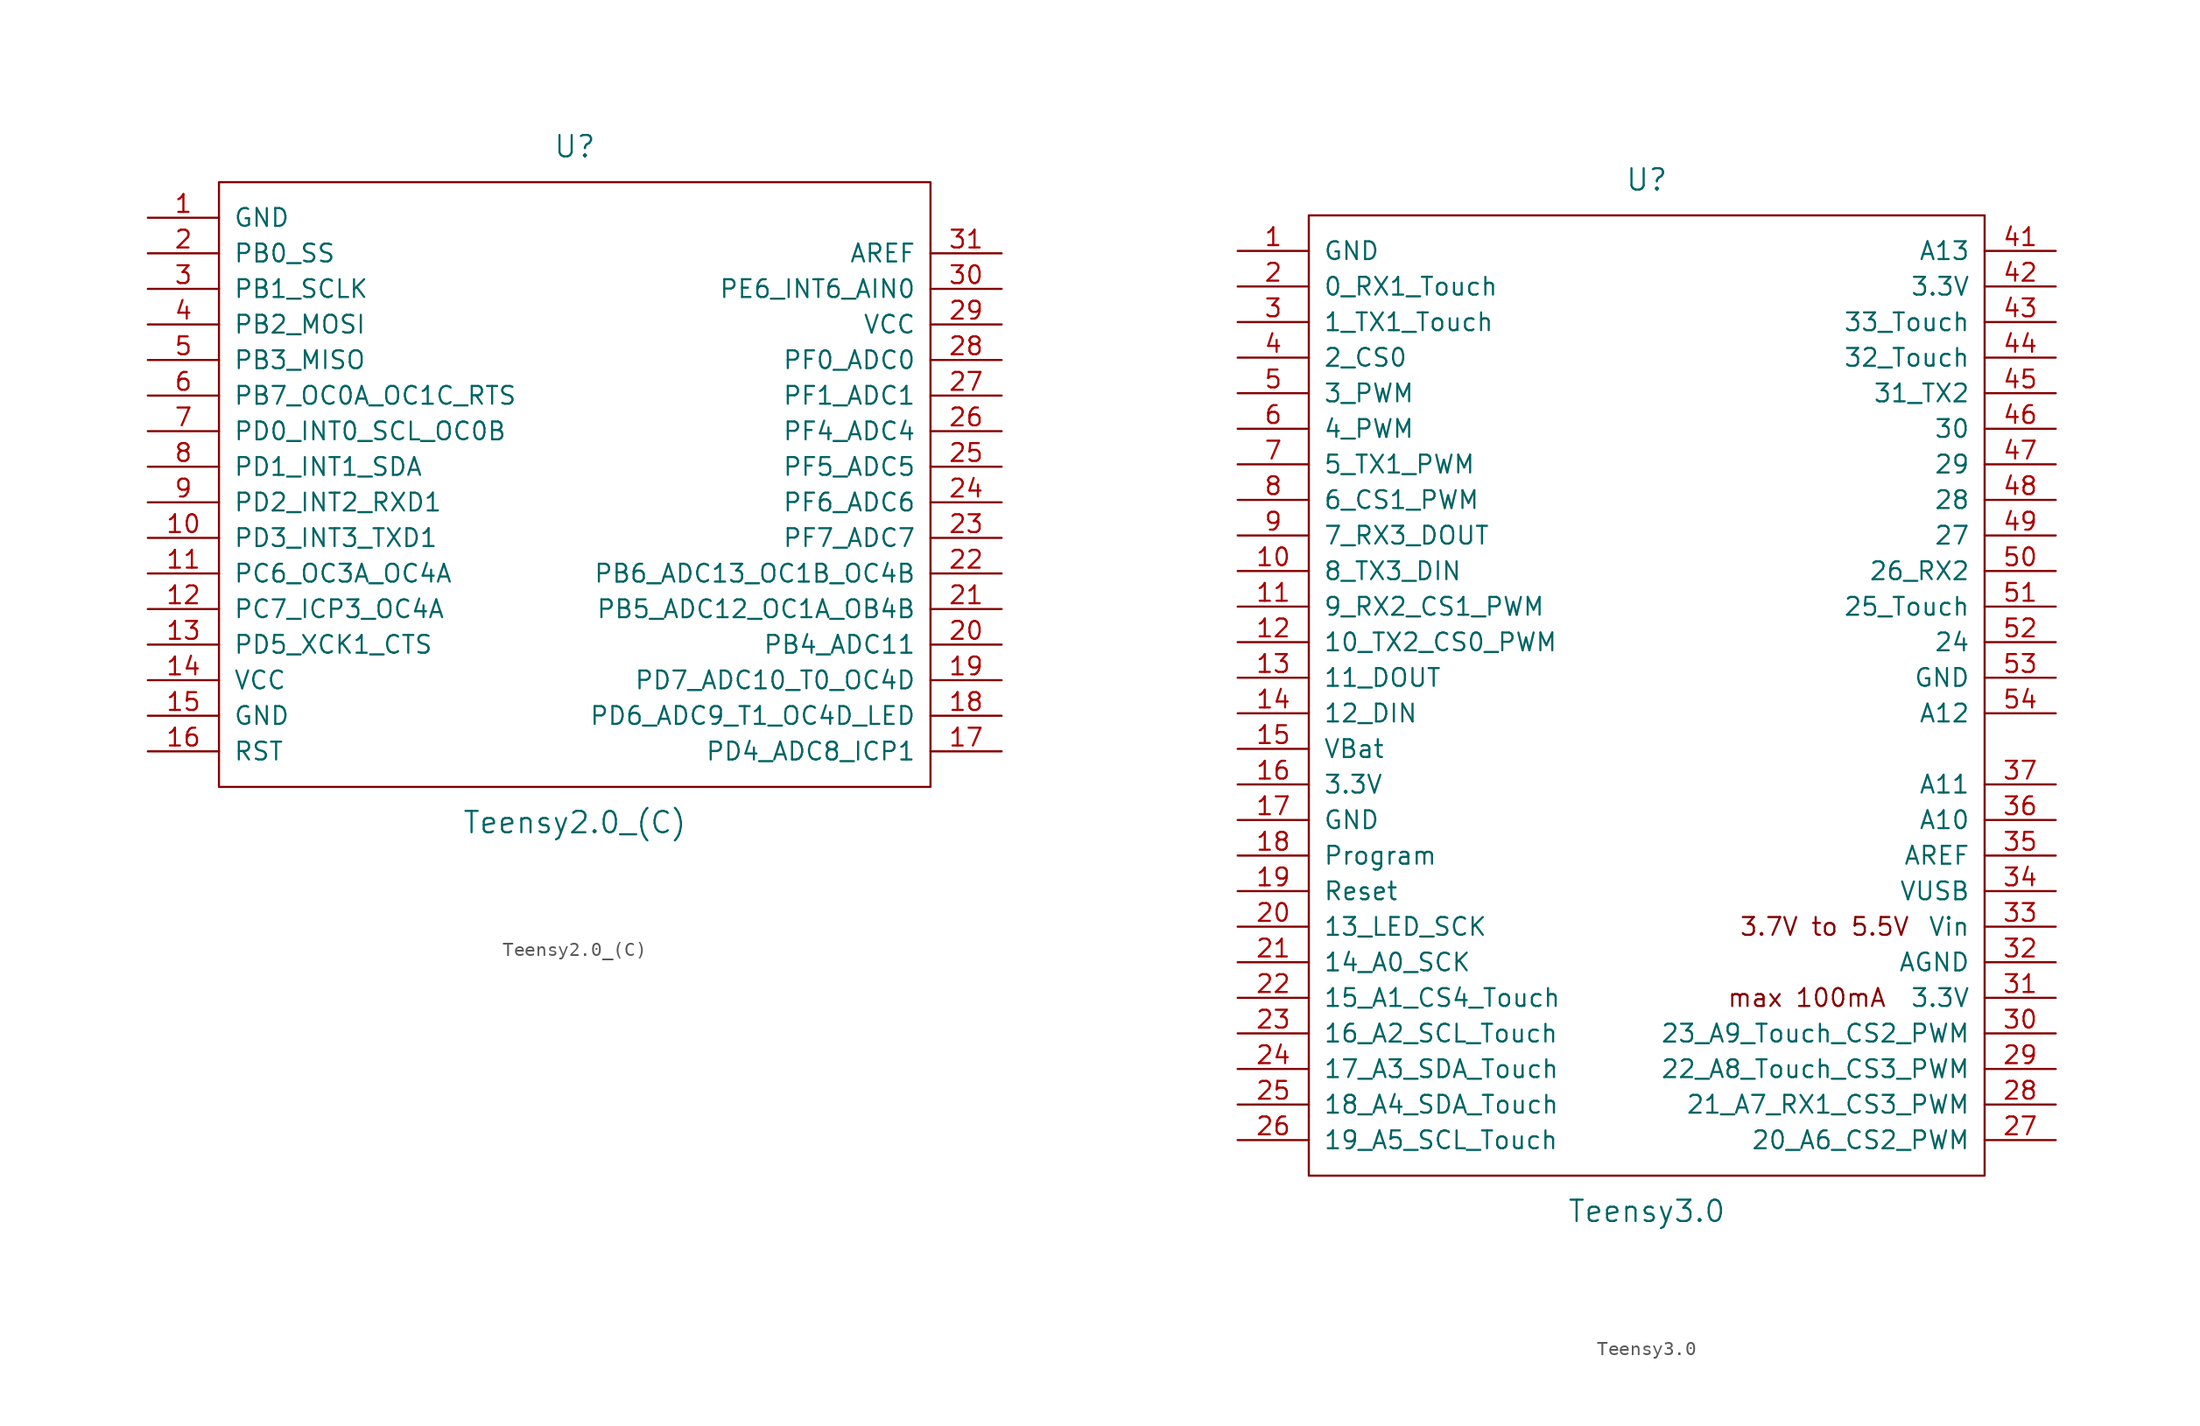
<source format=kicad_sym>
(kicad_symbol_lib
  (version 20241209)
  (generator "kicad_symbol_editor")
  (generator_version "9.0")
  (symbol "Teensy2.0_(C)"
    (pin_names
      (offset 1.016))
    (property "Reference" "U"
      (at 0 24.13 0)
      (effects (font (size 1.524 1.524))))
    (property "Value" "Teensy2.0_(C)"
      (at 0 -24.13 0)
      (effects (font (size 1.524 1.524))))
    (property "Footprint" ""
      (at 2.54 -26.67 0)
      (effects (font (size 1.524 1.524))))
    (property "Datasheet" ""
      (at 2.54 -26.67 0)
      (effects (font (size 1.524 1.524))))
    (symbol "Teensy2.0_(C)_0_1"
      (rectangle (start -25.4 21.59) (end 25.4 -21.59) (stroke (width 0) (type solid)) (fill (type none))))
    (symbol "Teensy2.0_(C)_1_1"
      (pin power_in line (at -30.48 19.05 0) (length 5.08) (name "GND" (effects (font (size 1.27 1.27)))) (number "1" (effects (font (size 1.27 1.27)))))
      (pin bidirectional line (at -30.48 16.51 0) (length 5.08) (name "PB0_SS" (effects (font (size 1.27 1.27)))) (number "2" (effects (font (size 1.27 1.27)))))
      (pin bidirectional line (at -30.48 13.97 0) (length 5.08) (name "PB1_SCLK" (effects (font (size 1.27 1.27)))) (number "3" (effects (font (size 1.27 1.27)))))
      (pin bidirectional line (at -30.48 11.43 0) (length 5.08) (name "PB2_MOSI" (effects (font (size 1.27 1.27)))) (number "4" (effects (font (size 1.27 1.27)))))
      (pin bidirectional line (at -30.48 8.89 0) (length 5.08) (name "PB3_MISO" (effects (font (size 1.27 1.27)))) (number "5" (effects (font (size 1.27 1.27)))))
      (pin bidirectional line (at -30.48 6.35 0) (length 5.08) (name "PB7_OC0A_OC1C_RTS" (effects (font (size 1.27 1.27)))) (number "6" (effects (font (size 1.27 1.27)))))
      (pin bidirectional line (at -30.48 3.81 0) (length 5.08) (name "PD0_INT0_SCL_OC0B" (effects (font (size 1.27 1.27)))) (number "7" (effects (font (size 1.27 1.27)))))
      (pin bidirectional line (at -30.48 1.27 0) (length 5.08) (name "PD1_INT1_SDA" (effects (font (size 1.27 1.27)))) (number "8" (effects (font (size 1.27 1.27)))))
      (pin bidirectional line (at -30.48 -1.27 0) (length 5.08) (name "PD2_INT2_RXD1" (effects (font (size 1.27 1.27)))) (number "9" (effects (font (size 1.27 1.27)))))
      (pin bidirectional line (at -30.48 -3.81 0) (length 5.08) (name "PD3_INT3_TXD1" (effects (font (size 1.27 1.27)))) (number "10" (effects (font (size 1.27 1.27)))))
      (pin bidirectional line (at -30.48 -6.35 0) (length 5.08) (name "PC6_OC3A_OC4A" (effects (font (size 1.27 1.27)))) (number "11" (effects (font (size 1.27 1.27)))))
      (pin bidirectional line (at -30.48 -8.89 0) (length 5.08) (name "PC7_ICP3_OC4A" (effects (font (size 1.27 1.27)))) (number "12" (effects (font (size 1.27 1.27)))))
      (pin bidirectional line (at -30.48 -11.43 0) (length 5.08) (name "PD5_XCK1_CTS" (effects (font (size 1.27 1.27)))) (number "13" (effects (font (size 1.27 1.27)))))
      (pin power_in line (at -30.48 -13.97 0) (length 5.08) (name "VCC" (effects (font (size 1.27 1.27)))) (number "14" (effects (font (size 1.27 1.27)))))
      (pin power_in line (at -30.48 -16.51 0) (length 5.08) (name "GND" (effects (font (size 1.27 1.27)))) (number "15" (effects (font (size 1.27 1.27)))))
      (pin input line (at -30.48 -19.05 0) (length 5.08) (name "RST" (effects (font (size 1.27 1.27)))) (number "16" (effects (font (size 1.27 1.27)))))
      (pin input line (at 30.48 16.51 180) (length 5.08) (name "AREF" (effects (font (size 1.27 1.27)))) (number "31" (effects (font (size 1.27 1.27)))))
      (pin bidirectional line (at 30.48 13.97 180) (length 5.08) (name "PE6_INT6_AIN0" (effects (font (size 1.27 1.27)))) (number "30" (effects (font (size 1.27 1.27)))))
      (pin power_in line (at 30.48 11.43 180) (length 5.08) (name "VCC" (effects (font (size 1.27 1.27)))) (number "29" (effects (font (size 1.27 1.27)))))
      (pin bidirectional line (at 30.48 8.89 180) (length 5.08) (name "PF0_ADC0" (effects (font (size 1.27 1.27)))) (number "28" (effects (font (size 1.27 1.27)))))
      (pin bidirectional line (at 30.48 6.35 180) (length 5.08) (name "PF1_ADC1" (effects (font (size 1.27 1.27)))) (number "27" (effects (font (size 1.27 1.27)))))
      (pin bidirectional line (at 30.48 3.81 180) (length 5.08) (name "PF4_ADC4" (effects (font (size 1.27 1.27)))) (number "26" (effects (font (size 1.27 1.27)))))
      (pin bidirectional line (at 30.48 1.27 180) (length 5.08) (name "PF5_ADC5" (effects (font (size 1.27 1.27)))) (number "25" (effects (font (size 1.27 1.27)))))
      (pin bidirectional line (at 30.48 -1.27 180) (length 5.08) (name "PF6_ADC6" (effects (font (size 1.27 1.27)))) (number "24" (effects (font (size 1.27 1.27)))))
      (pin bidirectional line (at 30.48 -3.81 180) (length 5.08) (name "PF7_ADC7" (effects (font (size 1.27 1.27)))) (number "23" (effects (font (size 1.27 1.27)))))
      (pin bidirectional line (at 30.48 -6.35 180) (length 5.08) (name "PB6_ADC13_OC1B_OC4B" (effects (font (size 1.27 1.27)))) (number "22" (effects (font (size 1.27 1.27)))))
      (pin bidirectional line (at 30.48 -8.89 180) (length 5.08) (name "PB5_ADC12_OC1A_OB4B" (effects (font (size 1.27 1.27)))) (number "21" (effects (font (size 1.27 1.27)))))
      (pin bidirectional line (at 30.48 -11.43 180) (length 5.08) (name "PB4_ADC11" (effects (font (size 1.27 1.27)))) (number "20" (effects (font (size 1.27 1.27)))))
      (pin bidirectional line (at 30.48 -13.97 180) (length 5.08) (name "PD7_ADC10_T0_OC4D" (effects (font (size 1.27 1.27)))) (number "19" (effects (font (size 1.27 1.27)))))
      (pin bidirectional line (at 30.48 -16.51 180) (length 5.08) (name "PD6_ADC9_T1_OC4D_LED" (effects (font (size 1.27 1.27)))) (number "18" (effects (font (size 1.27 1.27)))))
      (pin bidirectional line (at 30.48 -19.05 180) (length 5.08) (name "PD4_ADC8_ICP1" (effects (font (size 1.27 1.27)))) (number "17" (effects (font (size 1.27 1.27)))))))
  (symbol "Teensy3.0"
    (pin_names
      (offset 1.016))
    (property "Reference" "U"
      (at 0 36.83 0)
      (effects (font (size 1.524 1.524))))
    (property "Value" "Teensy3.0"
      (at 0 -36.83 0)
      (effects (font (size 1.524 1.524))))
    (property "Footprint" ""
      (at 0 -21.59 0)
      (effects (font (size 1.524 1.524))))
    (property "Datasheet" ""
      (at 0 -21.59 0)
      (effects (font (size 1.524 1.524))))
    (symbol "Teensy3.0_0_0"
      (text "max 100mA" (at 11.43 -21.59 0) (effects (font (size 1.27 1.27))))
      (text "3.7V to 5.5V" (at 12.7 -16.51 0) (effects (font (size 1.27 1.27)))))
    (symbol "Teensy3.0_0_1"
      (rectangle (start -24.13 34.29) (end 24.13 -34.29) (stroke (width 0) (type solid)) (fill (type none))))
    (symbol "Teensy3.0_1_1"
      (pin power_in line (at -29.21 31.75 0) (length 5.08) (name "GND" (effects (font (size 1.27 1.27)))) (number "1" (effects (font (size 1.27 1.27)))))
      (pin bidirectional line (at -29.21 29.21 0) (length 5.08) (name "0_RX1_Touch" (effects (font (size 1.27 1.27)))) (number "2" (effects (font (size 1.27 1.27)))))
      (pin bidirectional line (at -29.21 26.67 0) (length 5.08) (name "1_TX1_Touch" (effects (font (size 1.27 1.27)))) (number "3" (effects (font (size 1.27 1.27)))))
      (pin bidirectional line (at -29.21 24.13 0) (length 5.08) (name "2_CS0" (effects (font (size 1.27 1.27)))) (number "4" (effects (font (size 1.27 1.27)))))
      (pin bidirectional line (at -29.21 21.59 0) (length 5.08) (name "3_PWM" (effects (font (size 1.27 1.27)))) (number "5" (effects (font (size 1.27 1.27)))))
      (pin bidirectional line (at -29.21 19.05 0) (length 5.08) (name "4_PWM" (effects (font (size 1.27 1.27)))) (number "6" (effects (font (size 1.27 1.27)))))
      (pin bidirectional line (at -29.21 16.51 0) (length 5.08) (name "5_TX1_PWM" (effects (font (size 1.27 1.27)))) (number "7" (effects (font (size 1.27 1.27)))))
      (pin bidirectional line (at -29.21 13.97 0) (length 5.08) (name "6_CS1_PWM" (effects (font (size 1.27 1.27)))) (number "8" (effects (font (size 1.27 1.27)))))
      (pin bidirectional line (at -29.21 11.43 0) (length 5.08) (name "7_RX3_DOUT" (effects (font (size 1.27 1.27)))) (number "9" (effects (font (size 1.27 1.27)))))
      (pin bidirectional line (at -29.21 8.89 0) (length 5.08) (name "8_TX3_DIN" (effects (font (size 1.27 1.27)))) (number "10" (effects (font (size 1.27 1.27)))))
      (pin bidirectional line (at -29.21 6.35 0) (length 5.08) (name "9_RX2_CS1_PWM" (effects (font (size 1.27 1.27)))) (number "11" (effects (font (size 1.27 1.27)))))
      (pin bidirectional line (at -29.21 3.81 0) (length 5.08) (name "10_TX2_CS0_PWM" (effects (font (size 1.27 1.27)))) (number "12" (effects (font (size 1.27 1.27)))))
      (pin bidirectional line (at -29.21 1.27 0) (length 5.08) (name "11_DOUT" (effects (font (size 1.27 1.27)))) (number "13" (effects (font (size 1.27 1.27)))))
      (pin bidirectional line (at -29.21 -1.27 0) (length 5.08) (name "12_DIN" (effects (font (size 1.27 1.27)))) (number "14" (effects (font (size 1.27 1.27)))))
      (pin power_in line (at -29.21 -3.81 0) (length 5.08) (name "VBat" (effects (font (size 1.27 1.27)))) (number "15" (effects (font (size 1.27 1.27)))))
      (pin power_in line (at -29.21 -6.35 0) (length 5.08) (name "3.3V" (effects (font (size 1.27 1.27)))) (number "16" (effects (font (size 1.27 1.27)))))
      (pin power_in line (at -29.21 -8.89 0) (length 5.08) (name "GND" (effects (font (size 1.27 1.27)))) (number "17" (effects (font (size 1.27 1.27)))))
      (pin input line (at -29.21 -11.43 0) (length 5.08) (name "Program" (effects (font (size 1.27 1.27)))) (number "18" (effects (font (size 1.27 1.27)))))
      (pin input line (at -29.21 -13.97 0) (length 5.08) (name "Reset" (effects (font (size 1.27 1.27)))) (number "19" (effects (font (size 1.27 1.27)))))
      (pin bidirectional line (at -29.21 -16.51 0) (length 5.08) (name "13_LED_SCK" (effects (font (size 1.27 1.27)))) (number "20" (effects (font (size 1.27 1.27)))))
      (pin bidirectional line (at -29.21 -19.05 0) (length 5.08) (name "14_A0_SCK" (effects (font (size 1.27 1.27)))) (number "21" (effects (font (size 1.27 1.27)))))
      (pin bidirectional line (at -29.21 -21.59 0) (length 5.08) (name "15_A1_CS4_Touch" (effects (font (size 1.27 1.27)))) (number "22" (effects (font (size 1.27 1.27)))))
      (pin bidirectional line (at -29.21 -24.13 0) (length 5.08) (name "16_A2_SCL_Touch" (effects (font (size 1.27 1.27)))) (number "23" (effects (font (size 1.27 1.27)))))
      (pin bidirectional line (at -29.21 -26.67 0) (length 5.08) (name "17_A3_SDA_Touch" (effects (font (size 1.27 1.27)))) (number "24" (effects (font (size 1.27 1.27)))))
      (pin bidirectional line (at -29.21 -29.21 0) (length 5.08) (name "18_A4_SDA_Touch" (effects (font (size 1.27 1.27)))) (number "25" (effects (font (size 1.27 1.27)))))
      (pin bidirectional line (at -29.21 -31.75 0) (length 5.08) (name "19_A5_SCL_Touch" (effects (font (size 1.27 1.27)))) (number "26" (effects (font (size 1.27 1.27)))))
      (pin bidirectional line (at 29.21 31.75 180) (length 5.08) (name "A13" (effects (font (size 1.27 1.27)))) (number "41" (effects (font (size 1.27 1.27)))))
      (pin power_in line (at 29.21 29.21 180) (length 5.08) (name "3.3V" (effects (font (size 1.27 1.27)))) (number "42" (effects (font (size 1.27 1.27)))))
      (pin bidirectional line (at 29.21 26.67 180) (length 5.08) (name "33_Touch" (effects (font (size 1.27 1.27)))) (number "43" (effects (font (size 1.27 1.27)))))
      (pin bidirectional line (at 29.21 24.13 180) (length 5.08) (name "32_Touch" (effects (font (size 1.27 1.27)))) (number "44" (effects (font (size 1.27 1.27)))))
      (pin bidirectional line (at 29.21 21.59 180) (length 5.08) (name "31_TX2" (effects (font (size 1.27 1.27)))) (number "45" (effects (font (size 1.27 1.27)))))
      (pin bidirectional line (at 29.21 19.05 180) (length 5.08) (name "30" (effects (font (size 1.27 1.27)))) (number "46" (effects (font (size 1.27 1.27)))))
      (pin bidirectional line (at 29.21 16.51 180) (length 5.08) (name "29" (effects (font (size 1.27 1.27)))) (number "47" (effects (font (size 1.27 1.27)))))
      (pin bidirectional line (at 29.21 13.97 180) (length 5.08) (name "28" (effects (font (size 1.27 1.27)))) (number "48" (effects (font (size 1.27 1.27)))))
      (pin bidirectional line (at 29.21 11.43 180) (length 5.08) (name "27" (effects (font (size 1.27 1.27)))) (number "49" (effects (font (size 1.27 1.27)))))
      (pin bidirectional line (at 29.21 8.89 180) (length 5.08) (name "26_RX2" (effects (font (size 1.27 1.27)))) (number "50" (effects (font (size 1.27 1.27)))))
      (pin bidirectional line (at 29.21 6.35 180) (length 5.08) (name "25_Touch" (effects (font (size 1.27 1.27)))) (number "51" (effects (font (size 1.27 1.27)))))
      (pin bidirectional line (at 29.21 3.81 180) (length 5.08) (name "24" (effects (font (size 1.27 1.27)))) (number "52" (effects (font (size 1.27 1.27)))))
      (pin power_in line (at 29.21 1.27 180) (length 5.08) (name "GND" (effects (font (size 1.27 1.27)))) (number "53" (effects (font (size 1.27 1.27)))))
      (pin bidirectional line (at 29.21 -1.27 180) (length 5.08) (name "A12" (effects (font (size 1.27 1.27)))) (number "54" (effects (font (size 1.27 1.27)))))
      (pin bidirectional line (at 29.21 -6.35 180) (length 5.08) (name "A11" (effects (font (size 1.27 1.27)))) (number "37" (effects (font (size 1.27 1.27)))))
      (pin bidirectional line (at 29.21 -8.89 180) (length 5.08) (name "A10" (effects (font (size 1.27 1.27)))) (number "36" (effects (font (size 1.27 1.27)))))
      (pin input line (at 29.21 -11.43 180) (length 5.08) (name "AREF" (effects (font (size 1.27 1.27)))) (number "35" (effects (font (size 1.27 1.27)))))
      (pin power_in line (at 29.21 -13.97 180) (length 5.08) (name "VUSB" (effects (font (size 1.27 1.27)))) (number "34" (effects (font (size 1.27 1.27)))))
      (pin power_in line (at 29.21 -16.51 180) (length 5.08) (name "Vin" (effects (font (size 1.27 1.27)))) (number "33" (effects (font (size 1.27 1.27)))))
      (pin power_out line (at 29.21 -19.05 180) (length 5.08) (name "AGND" (effects (font (size 1.27 1.27)))) (number "32" (effects (font (size 1.27 1.27)))))
      (pin power_out line (at 29.21 -21.59 180) (length 5.08) (name "3.3V" (effects (font (size 1.27 1.27)))) (number "31" (effects (font (size 1.27 1.27)))))
      (pin bidirectional line (at 29.21 -24.13 180) (length 5.08) (name "23_A9_Touch_CS2_PWM" (effects (font (size 1.27 1.27)))) (number "30" (effects (font (size 1.27 1.27)))))
      (pin bidirectional line (at 29.21 -26.67 180) (length 5.08) (name "22_A8_Touch_CS3_PWM" (effects (font (size 1.27 1.27)))) (number "29" (effects (font (size 1.27 1.27)))))
      (pin bidirectional line (at 29.21 -29.21 180) (length 5.08) (name "21_A7_RX1_CS3_PWM" (effects (font (size 1.27 1.27)))) (number "28" (effects (font (size 1.27 1.27)))))
      (pin bidirectional line (at 29.21 -31.75 180) (length 5.08) (name "20_A6_CS2_PWM" (effects (font (size 1.27 1.27)))) (number "27" (effects (font (size 1.27 1.27))))))))
</source>
